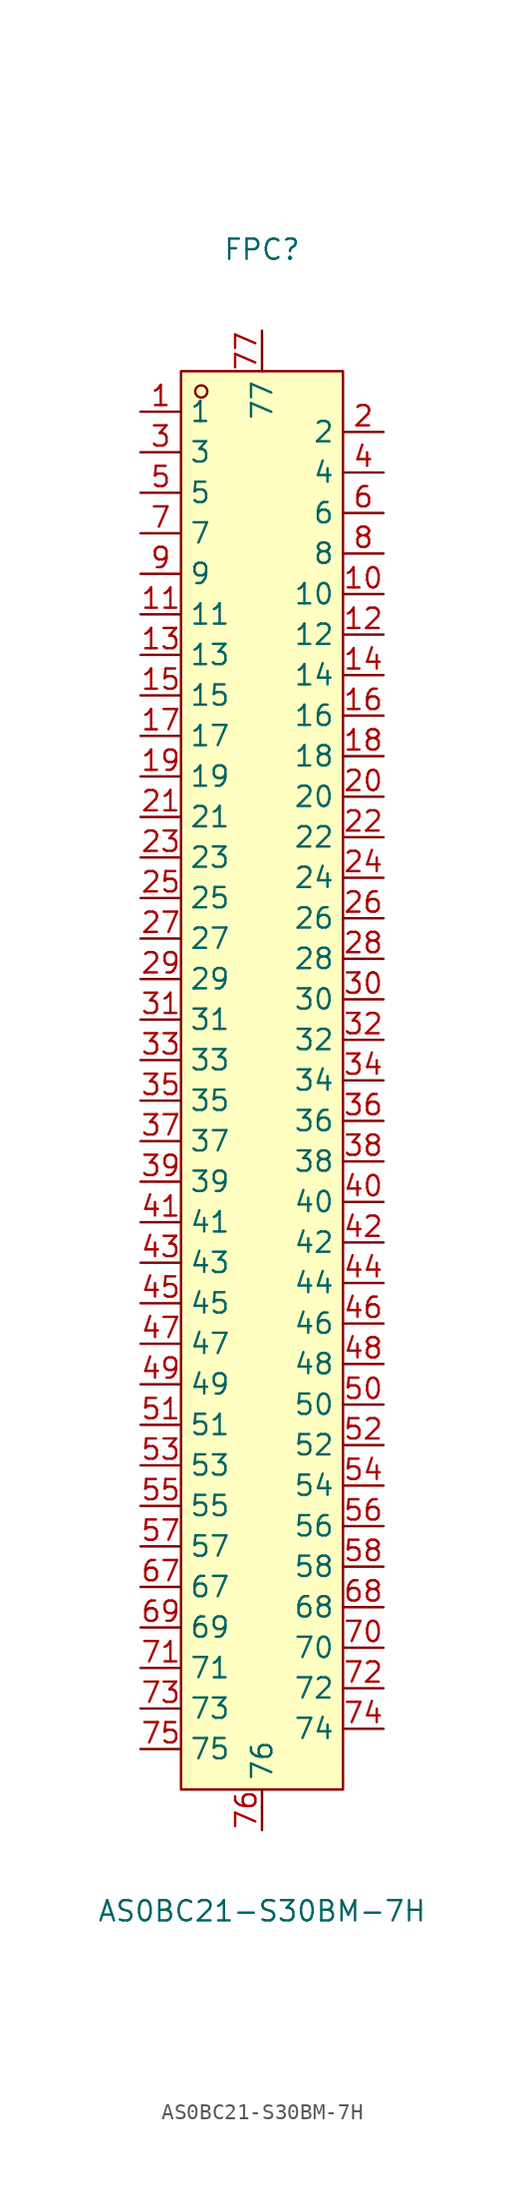
<source format=kicad_sym>
(kicad_symbol_lib
  (version 20211014)
  (generator https://github.com/uPesy/easyeda2kicad.py)
  (symbol "AS0BC21-S30BM-7H"
    (property "Reference" "FPC"
      (at 0 53.34 0)
      (effects (font (size 1.27 1.27))))
    (property "Value" "AS0BC21-S30BM-7H"
      (at 0 -50.80 0)
      (effects (font (size 1.27 1.27))))
    (symbol "AS0BC21-S30BM-7H_0_1"
      (rectangle (start -5.08 45.72) (end 5.08 -43.18) (stroke (width 0) (type default) (color 0 0 0 0)) (fill (type background)))
      (circle (center -3.81 44.45) (radius 0.38) (stroke (width 0) (type default) (color 0 0 0 0)) (fill (type none)))
      (pin unspecified line (at 0.00 -45.72 90) (length 2.54) (name "76" (effects (font (size 1.27 1.27)))) (number "76" (effects (font (size 1.27 1.27)))))
      (pin unspecified line (at 0.00 48.26 270) (length 2.54) (name "77" (effects (font (size 1.27 1.27)))) (number "77" (effects (font (size 1.27 1.27)))))
      (pin unspecified line (at -7.62 -40.64 0) (length 2.54) (name "75" (effects (font (size 1.27 1.27)))) (number "75" (effects (font (size 1.27 1.27)))))
      (pin unspecified line (at 7.62 41.91 180) (length 2.54) (name "2" (effects (font (size 1.27 1.27)))) (number "2" (effects (font (size 1.27 1.27)))))
      (pin unspecified line (at -7.62 -38.10 0) (length 2.54) (name "73" (effects (font (size 1.27 1.27)))) (number "73" (effects (font (size 1.27 1.27)))))
      (pin unspecified line (at 7.62 39.37 180) (length 2.54) (name "4" (effects (font (size 1.27 1.27)))) (number "4" (effects (font (size 1.27 1.27)))))
      (pin unspecified line (at -7.62 -35.56 0) (length 2.54) (name "71" (effects (font (size 1.27 1.27)))) (number "71" (effects (font (size 1.27 1.27)))))
      (pin unspecified line (at 7.62 36.83 180) (length 2.54) (name "6" (effects (font (size 1.27 1.27)))) (number "6" (effects (font (size 1.27 1.27)))))
      (pin unspecified line (at -7.62 -33.02 0) (length 2.54) (name "69" (effects (font (size 1.27 1.27)))) (number "69" (effects (font (size 1.27 1.27)))))
      (pin unspecified line (at 7.62 34.29 180) (length 2.54) (name "8" (effects (font (size 1.27 1.27)))) (number "8" (effects (font (size 1.27 1.27)))))
      (pin unspecified line (at -7.62 -30.48 0) (length 2.54) (name "67" (effects (font (size 1.27 1.27)))) (number "67" (effects (font (size 1.27 1.27)))))
      (pin unspecified line (at 7.62 31.75 180) (length 2.54) (name "10" (effects (font (size 1.27 1.27)))) (number "10" (effects (font (size 1.27 1.27)))))
      (pin unspecified line (at -7.62 -27.94 0) (length 2.54) (name "57" (effects (font (size 1.27 1.27)))) (number "57" (effects (font (size 1.27 1.27)))))
      (pin unspecified line (at 7.62 29.21 180) (length 2.54) (name "12" (effects (font (size 1.27 1.27)))) (number "12" (effects (font (size 1.27 1.27)))))
      (pin unspecified line (at -7.62 -25.40 0) (length 2.54) (name "55" (effects (font (size 1.27 1.27)))) (number "55" (effects (font (size 1.27 1.27)))))
      (pin unspecified line (at 7.62 26.67 180) (length 2.54) (name "14" (effects (font (size 1.27 1.27)))) (number "14" (effects (font (size 1.27 1.27)))))
      (pin unspecified line (at -7.62 -22.86 0) (length 2.54) (name "53" (effects (font (size 1.27 1.27)))) (number "53" (effects (font (size 1.27 1.27)))))
      (pin unspecified line (at 7.62 24.13 180) (length 2.54) (name "16" (effects (font (size 1.27 1.27)))) (number "16" (effects (font (size 1.27 1.27)))))
      (pin unspecified line (at -7.62 -20.32 0) (length 2.54) (name "51" (effects (font (size 1.27 1.27)))) (number "51" (effects (font (size 1.27 1.27)))))
      (pin unspecified line (at 7.62 21.59 180) (length 2.54) (name "18" (effects (font (size 1.27 1.27)))) (number "18" (effects (font (size 1.27 1.27)))))
      (pin unspecified line (at -7.62 -17.78 0) (length 2.54) (name "49" (effects (font (size 1.27 1.27)))) (number "49" (effects (font (size 1.27 1.27)))))
      (pin unspecified line (at 7.62 19.05 180) (length 2.54) (name "20" (effects (font (size 1.27 1.27)))) (number "20" (effects (font (size 1.27 1.27)))))
      (pin unspecified line (at -7.62 -15.24 0) (length 2.54) (name "47" (effects (font (size 1.27 1.27)))) (number "47" (effects (font (size 1.27 1.27)))))
      (pin unspecified line (at 7.62 16.51 180) (length 2.54) (name "22" (effects (font (size 1.27 1.27)))) (number "22" (effects (font (size 1.27 1.27)))))
      (pin unspecified line (at -7.62 -12.70 0) (length 2.54) (name "45" (effects (font (size 1.27 1.27)))) (number "45" (effects (font (size 1.27 1.27)))))
      (pin unspecified line (at 7.62 13.97 180) (length 2.54) (name "24" (effects (font (size 1.27 1.27)))) (number "24" (effects (font (size 1.27 1.27)))))
      (pin unspecified line (at -7.62 -10.16 0) (length 2.54) (name "43" (effects (font (size 1.27 1.27)))) (number "43" (effects (font (size 1.27 1.27)))))
      (pin unspecified line (at 7.62 11.43 180) (length 2.54) (name "26" (effects (font (size 1.27 1.27)))) (number "26" (effects (font (size 1.27 1.27)))))
      (pin unspecified line (at -7.62 -7.62 0) (length 2.54) (name "41" (effects (font (size 1.27 1.27)))) (number "41" (effects (font (size 1.27 1.27)))))
      (pin unspecified line (at 7.62 8.89 180) (length 2.54) (name "28" (effects (font (size 1.27 1.27)))) (number "28" (effects (font (size 1.27 1.27)))))
      (pin unspecified line (at -7.62 -5.08 0) (length 2.54) (name "39" (effects (font (size 1.27 1.27)))) (number "39" (effects (font (size 1.27 1.27)))))
      (pin unspecified line (at 7.62 6.35 180) (length 2.54) (name "30" (effects (font (size 1.27 1.27)))) (number "30" (effects (font (size 1.27 1.27)))))
      (pin unspecified line (at -7.62 -2.54 0) (length 2.54) (name "37" (effects (font (size 1.27 1.27)))) (number "37" (effects (font (size 1.27 1.27)))))
      (pin unspecified line (at 7.62 3.81 180) (length 2.54) (name "32" (effects (font (size 1.27 1.27)))) (number "32" (effects (font (size 1.27 1.27)))))
      (pin unspecified line (at -7.62 -0.00 0) (length 2.54) (name "35" (effects (font (size 1.27 1.27)))) (number "35" (effects (font (size 1.27 1.27)))))
      (pin unspecified line (at 7.62 1.27 180) (length 2.54) (name "34" (effects (font (size 1.27 1.27)))) (number "34" (effects (font (size 1.27 1.27)))))
      (pin unspecified line (at -7.62 2.54 0) (length 2.54) (name "33" (effects (font (size 1.27 1.27)))) (number "33" (effects (font (size 1.27 1.27)))))
      (pin unspecified line (at 7.62 -1.27 180) (length 2.54) (name "36" (effects (font (size 1.27 1.27)))) (number "36" (effects (font (size 1.27 1.27)))))
      (pin unspecified line (at -7.62 5.08 0) (length 2.54) (name "31" (effects (font (size 1.27 1.27)))) (number "31" (effects (font (size 1.27 1.27)))))
      (pin unspecified line (at 7.62 -3.81 180) (length 2.54) (name "38" (effects (font (size 1.27 1.27)))) (number "38" (effects (font (size 1.27 1.27)))))
      (pin unspecified line (at -7.62 7.62 0) (length 2.54) (name "29" (effects (font (size 1.27 1.27)))) (number "29" (effects (font (size 1.27 1.27)))))
      (pin unspecified line (at 7.62 -6.35 180) (length 2.54) (name "40" (effects (font (size 1.27 1.27)))) (number "40" (effects (font (size 1.27 1.27)))))
      (pin unspecified line (at -7.62 10.16 0) (length 2.54) (name "27" (effects (font (size 1.27 1.27)))) (number "27" (effects (font (size 1.27 1.27)))))
      (pin unspecified line (at 7.62 -8.89 180) (length 2.54) (name "42" (effects (font (size 1.27 1.27)))) (number "42" (effects (font (size 1.27 1.27)))))
      (pin unspecified line (at -7.62 12.70 0) (length 2.54) (name "25" (effects (font (size 1.27 1.27)))) (number "25" (effects (font (size 1.27 1.27)))))
      (pin unspecified line (at 7.62 -11.43 180) (length 2.54) (name "44" (effects (font (size 1.27 1.27)))) (number "44" (effects (font (size 1.27 1.27)))))
      (pin unspecified line (at -7.62 15.24 0) (length 2.54) (name "23" (effects (font (size 1.27 1.27)))) (number "23" (effects (font (size 1.27 1.27)))))
      (pin unspecified line (at 7.62 -13.97 180) (length 2.54) (name "46" (effects (font (size 1.27 1.27)))) (number "46" (effects (font (size 1.27 1.27)))))
      (pin unspecified line (at -7.62 17.78 0) (length 2.54) (name "21" (effects (font (size 1.27 1.27)))) (number "21" (effects (font (size 1.27 1.27)))))
      (pin unspecified line (at 7.62 -16.51 180) (length 2.54) (name "48" (effects (font (size 1.27 1.27)))) (number "48" (effects (font (size 1.27 1.27)))))
      (pin unspecified line (at -7.62 20.32 0) (length 2.54) (name "19" (effects (font (size 1.27 1.27)))) (number "19" (effects (font (size 1.27 1.27)))))
      (pin unspecified line (at 7.62 -19.05 180) (length 2.54) (name "50" (effects (font (size 1.27 1.27)))) (number "50" (effects (font (size 1.27 1.27)))))
      (pin unspecified line (at -7.62 22.86 0) (length 2.54) (name "17" (effects (font (size 1.27 1.27)))) (number "17" (effects (font (size 1.27 1.27)))))
      (pin unspecified line (at 7.62 -21.59 180) (length 2.54) (name "52" (effects (font (size 1.27 1.27)))) (number "52" (effects (font (size 1.27 1.27)))))
      (pin unspecified line (at -7.62 25.40 0) (length 2.54) (name "15" (effects (font (size 1.27 1.27)))) (number "15" (effects (font (size 1.27 1.27)))))
      (pin unspecified line (at 7.62 -24.13 180) (length 2.54) (name "54" (effects (font (size 1.27 1.27)))) (number "54" (effects (font (size 1.27 1.27)))))
      (pin unspecified line (at -7.62 27.94 0) (length 2.54) (name "13" (effects (font (size 1.27 1.27)))) (number "13" (effects (font (size 1.27 1.27)))))
      (pin unspecified line (at 7.62 -26.67 180) (length 2.54) (name "56" (effects (font (size 1.27 1.27)))) (number "56" (effects (font (size 1.27 1.27)))))
      (pin unspecified line (at -7.62 30.48 0) (length 2.54) (name "11" (effects (font (size 1.27 1.27)))) (number "11" (effects (font (size 1.27 1.27)))))
      (pin unspecified line (at 7.62 -29.21 180) (length 2.54) (name "58" (effects (font (size 1.27 1.27)))) (number "58" (effects (font (size 1.27 1.27)))))
      (pin unspecified line (at -7.62 33.02 0) (length 2.54) (name "9" (effects (font (size 1.27 1.27)))) (number "9" (effects (font (size 1.27 1.27)))))
      (pin unspecified line (at 7.62 -31.75 180) (length 2.54) (name "68" (effects (font (size 1.27 1.27)))) (number "68" (effects (font (size 1.27 1.27)))))
      (pin unspecified line (at -7.62 35.56 0) (length 2.54) (name "7" (effects (font (size 1.27 1.27)))) (number "7" (effects (font (size 1.27 1.27)))))
      (pin unspecified line (at 7.62 -34.29 180) (length 2.54) (name "70" (effects (font (size 1.27 1.27)))) (number "70" (effects (font (size 1.27 1.27)))))
      (pin unspecified line (at -7.62 38.10 0) (length 2.54) (name "5" (effects (font (size 1.27 1.27)))) (number "5" (effects (font (size 1.27 1.27)))))
      (pin unspecified line (at 7.62 -36.83 180) (length 2.54) (name "72" (effects (font (size 1.27 1.27)))) (number "72" (effects (font (size 1.27 1.27)))))
      (pin unspecified line (at -7.62 40.64 0) (length 2.54) (name "3" (effects (font (size 1.27 1.27)))) (number "3" (effects (font (size 1.27 1.27)))))
      (pin unspecified line (at 7.62 -39.37 180) (length 2.54) (name "74" (effects (font (size 1.27 1.27)))) (number "74" (effects (font (size 1.27 1.27)))))
      (pin unspecified line (at -7.62 43.18 0) (length 2.54) (name "1" (effects (font (size 1.27 1.27)))) (number "1" (effects (font (size 1.27 1.27))))))))
</source>
